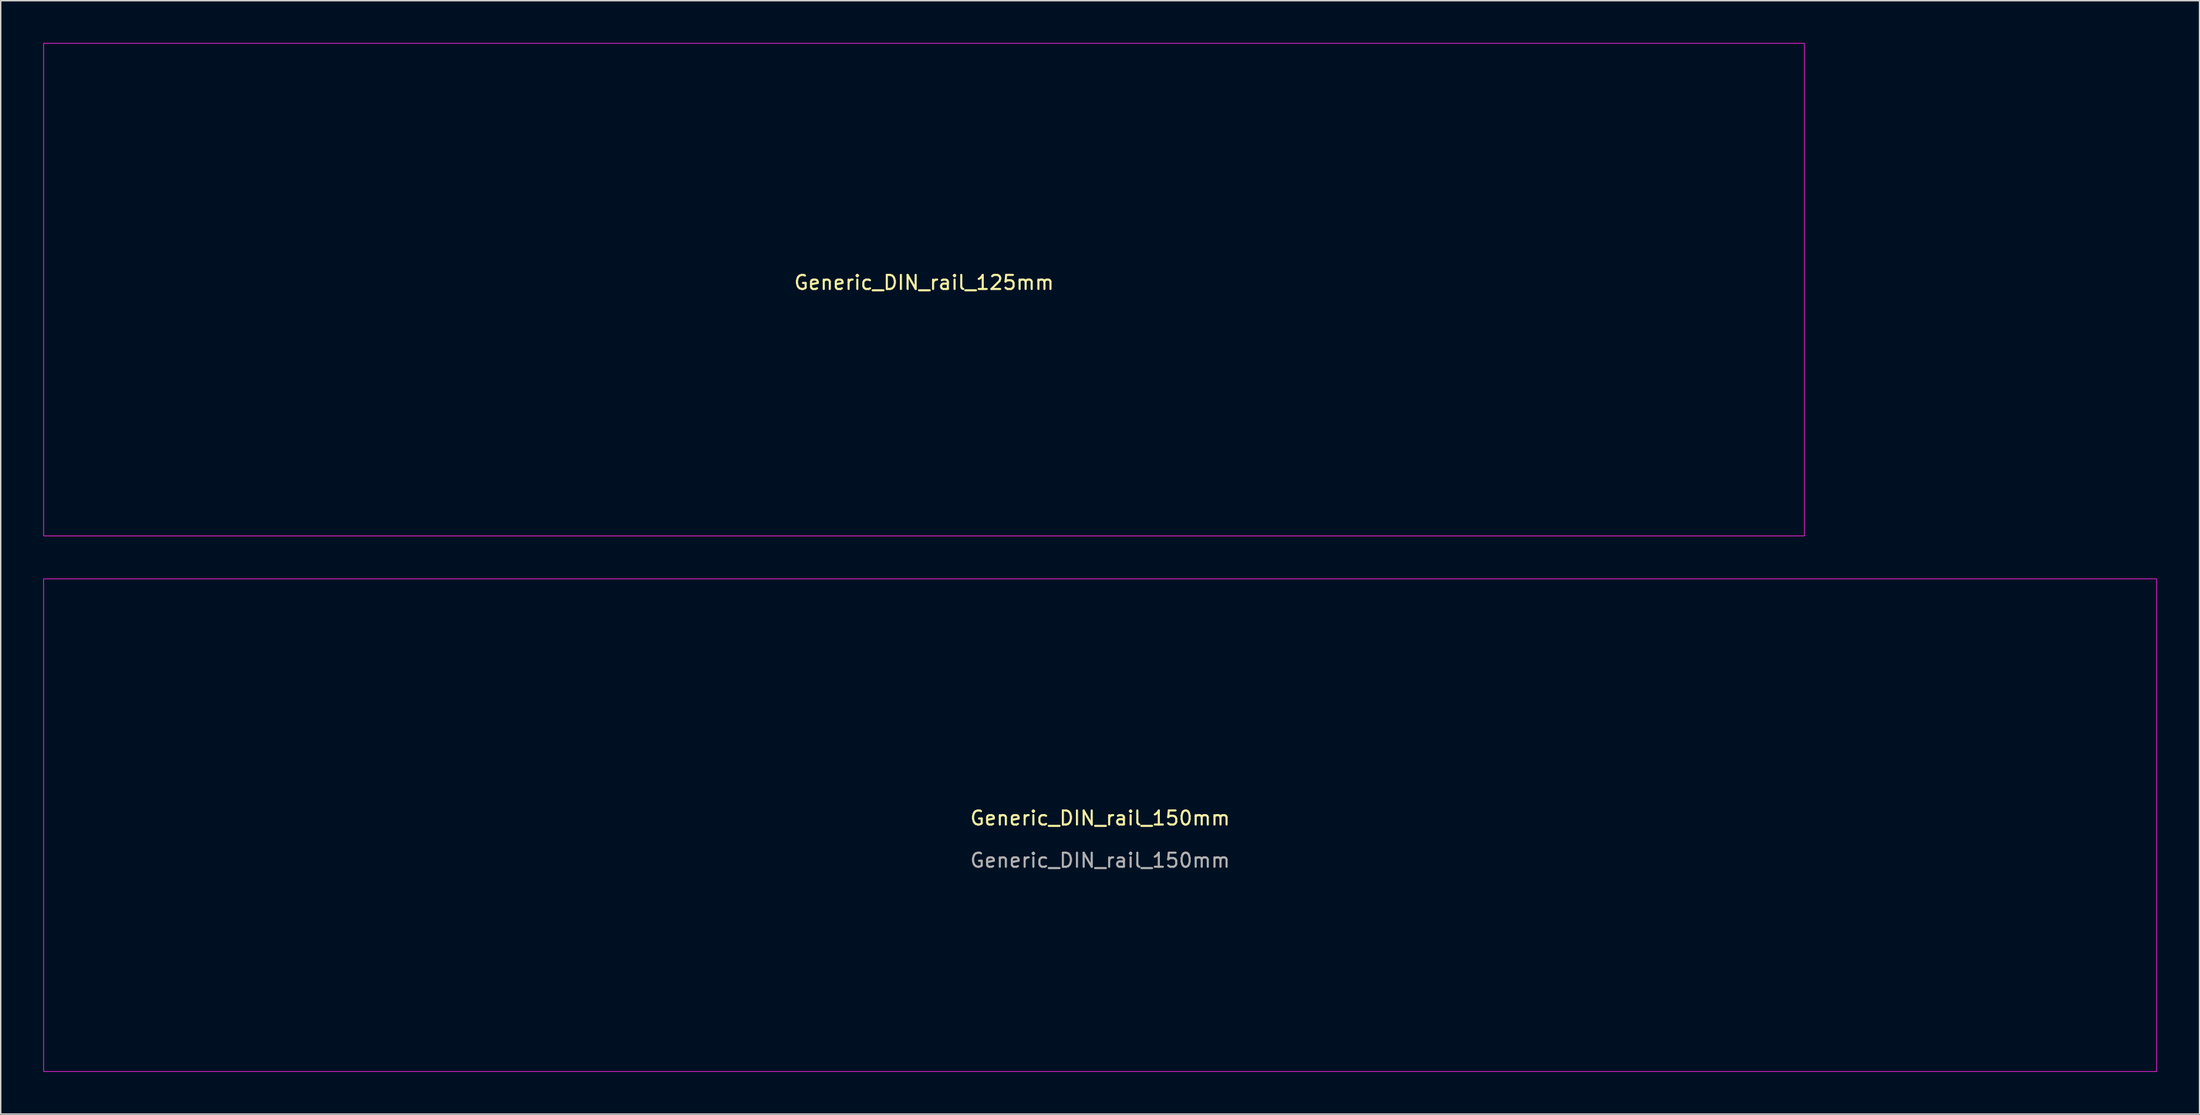
<source format=kicad_pcb>
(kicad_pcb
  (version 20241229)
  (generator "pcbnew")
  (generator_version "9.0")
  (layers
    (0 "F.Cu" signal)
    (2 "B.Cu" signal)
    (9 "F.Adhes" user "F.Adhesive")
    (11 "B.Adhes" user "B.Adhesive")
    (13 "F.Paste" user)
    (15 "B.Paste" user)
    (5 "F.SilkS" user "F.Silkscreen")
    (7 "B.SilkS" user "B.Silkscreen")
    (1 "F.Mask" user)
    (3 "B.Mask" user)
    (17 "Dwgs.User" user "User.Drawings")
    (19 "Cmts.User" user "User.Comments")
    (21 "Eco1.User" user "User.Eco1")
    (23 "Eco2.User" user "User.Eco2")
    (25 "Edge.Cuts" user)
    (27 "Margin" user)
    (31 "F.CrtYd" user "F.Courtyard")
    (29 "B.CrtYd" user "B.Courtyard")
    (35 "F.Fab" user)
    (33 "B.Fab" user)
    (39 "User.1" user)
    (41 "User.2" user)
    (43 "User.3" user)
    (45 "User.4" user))
  (footprint "Generic_DIN_rail_150mm"
    (layer "F.Cu")
    (at 75.05 55.575)
    (property "Reference" "Generic_DIN_rail_150mm" (at 0 -0.5 0) (unlocked yes) (layer "F.SilkS") (effects (font (size 1 1) (thickness 0.15))))
    (fp_rect (start -75 17.5) (end 75 -17.5) (stroke (width 0.05) (type solid)) (fill no) (layer "F.CrtYd"))
    (fp_line (start -75 -17.5) (end -75 -14.5) (stroke (width 0.05) (type solid)) (layer "User.1"))
    (fp_line (start -75 -17.5) (end 75 -17.5) (stroke (width 0.05) (type solid)) (layer "User.1"))
    (fp_line (start -75 -14.5) (end -75 -14) (stroke (width 0.05) (type solid)) (layer "User.1"))
    (fp_line (start -75 -14.5) (end 75 -14.5) (stroke (width 0.05) (type solid)) (layer "User.1"))
    (fp_line (start -75 -14) (end -75 -13.5) (stroke (width 0.05) (type solid)) (layer "User.1"))
    (fp_line (start -75 -13.5) (end -75 -13) (stroke (width 0.05) (type solid)) (layer "User.1"))
    (fp_line (start -75 -13) (end -75 -12.5) (stroke (width 0.05) (type solid)) (layer "User.1"))
    (fp_line (start -75 -12.5) (end 75 -12.5) (stroke (width 0.05) (type solid)) (layer "User.1"))
    (fp_line (start -75 -12) (end -75 -12.5) (stroke (width 0.05) (type solid)) (layer "User.1"))
    (fp_line (start -75 -11.5) (end -75 -12) (stroke (width 0.05) (type solid)) (layer "User.1"))
    (fp_line (start -75 -11.5) (end -75 11.5) (stroke (width 0.05) (type solid)) (layer "User.1"))
    (fp_line (start -75 -11.5) (end 75 -11.5) (stroke (width 0.05) (type solid)) (layer "User.1"))
    (fp_line (start -75 11.5) (end 75 11.5) (stroke (width 0.05) (type solid)) (layer "User.1"))
    (fp_line (start -75 12) (end -75 11.5) (stroke (width 0.05) (type solid)) (layer "User.1"))
    (fp_line (start -75 12.5) (end -75 12) (stroke (width 0.05) (type solid)) (layer "User.1"))
    (fp_line (start -75 12.5) (end -75 13) (stroke (width 0.05) (type solid)) (layer "User.1"))
    (fp_line (start -75 12.5) (end 75 12.5) (stroke (width 0.05) (type solid)) (layer "User.1"))
    (fp_line (start -75 13) (end -75 13.5) (stroke (width 0.05) (type solid)) (layer "User.1"))
    (fp_line (start -75 13.5) (end -75 14) (stroke (width 0.05) (type solid)) (layer "User.1"))
    (fp_line (start -75 14) (end -75 14.5) (stroke (width 0.05) (type solid)) (layer "User.1"))
    (fp_line (start -75 14.5) (end -75 17.5) (stroke (width 0.05) (type solid)) (layer "User.1"))
    (fp_line (start -75 14.5) (end 75 14.5) (stroke (width 0.05) (type solid)) (layer "User.1"))
    (fp_line (start -75 17.5) (end 75 17.5) (stroke (width 0.05) (type solid)) (layer "User.1"))
    (fp_line (start -66.9 3.1) (end -58.1 3.1) (stroke (width 0.05) (type solid)) (layer "User.1"))
    (fp_line (start -58.1 -3.1) (end -66.9 -3.1) (stroke (width 0.05) (type solid)) (layer "User.1"))
    (fp_line (start -41.9 3.1) (end -33.1 3.1) (stroke (width 0.05) (type solid)) (layer "User.1"))
    (fp_line (start -33.1 -3.1) (end -41.9 -3.1) (stroke (width 0.05) (type solid)) (layer "User.1"))
    (fp_line (start -16.9 3.1) (end -8.1 3.1) (stroke (width 0.05) (type solid)) (layer "User.1"))
    (fp_line (start -8.1 -3.1) (end -16.9 -3.1) (stroke (width 0.05) (type solid)) (layer "User.1"))
    (fp_line (start 8.1 3.1) (end 16.9 3.1) (stroke (width 0.05) (type solid)) (layer "User.1"))
    (fp_line (start 16.9 -3.1) (end 8.1 -3.1) (stroke (width 0.05) (type solid)) (layer "User.1"))
    (fp_line (start 33.1 3.1) (end 41.9 3.1) (stroke (width 0.05) (type solid)) (layer "User.1"))
    (fp_line (start 41.9 -3.1) (end 33.1 -3.1) (stroke (width 0.05) (type solid)) (layer "User.1"))
    (fp_line (start 58.1 3.1) (end 66.9 3.1) (stroke (width 0.05) (type solid)) (layer "User.1"))
    (fp_line (start 66.9 -3.1) (end 58.1 -3.1) (stroke (width 0.05) (type solid)) (layer "User.1"))
    (fp_line (start 75 -17.5) (end 75 -14.5) (stroke (width 0.05) (type solid)) (layer "User.1"))
    (fp_line (start 75 -14.5) (end 75 -14) (stroke (width 0.05) (type solid)) (layer "User.1"))
    (fp_line (start 75 -14) (end 75 -13.5) (stroke (width 0.05) (type solid)) (layer "User.1"))
    (fp_line (start 75 -13.5) (end 75 -13) (stroke (width 0.05) (type solid)) (layer "User.1"))
    (fp_line (start 75 -13) (end 75 -12.5) (stroke (width 0.05) (type solid)) (layer "User.1"))
    (fp_line (start 75 -12) (end 75 -12.5) (stroke (width 0.05) (type solid)) (layer "User.1"))
    (fp_line (start 75 -11.5) (end 75 -12) (stroke (width 0.05) (type solid)) (layer "User.1"))
    (fp_line (start 75 -11.5) (end 75 11.5) (stroke (width 0.05) (type solid)) (layer "User.1"))
    (fp_line (start 75 0) (end -75 0) (stroke (width 0.1) (type dash)) (layer "User.1"))
    (fp_line (start 75 12) (end 75 11.5) (stroke (width 0.05) (type solid)) (layer "User.1"))
    (fp_line (start 75 12.5) (end 75 12) (stroke (width 0.05) (type solid)) (layer "User.1"))
    (fp_line (start 75 12.5) (end 75 13) (stroke (width 0.05) (type solid)) (layer "User.1"))
    (fp_line (start 75 13) (end 75 13.5) (stroke (width 0.05) (type solid)) (layer "User.1"))
    (fp_line (start 75 13.5) (end 75 14) (stroke (width 0.05) (type solid)) (layer "User.1"))
    (fp_line (start 75 14) (end 75 14.5) (stroke (width 0.05) (type solid)) (layer "User.1"))
    (fp_line (start 75 14.5) (end 75 17.5) (stroke (width 0.05) (type solid)) (layer "User.1"))
    (fp_arc (start -66.9 3.1) (mid -70 0) (end -66.9 -3.1) (stroke (width 0.05) (type solid)) (layer "User.1"))
    (fp_arc (start -58.1 -3.1) (mid -55 0) (end -58.1 3.1) (stroke (width 0.05) (type solid)) (layer "User.1"))
    (fp_arc (start -41.9 3.1) (mid -45 0) (end -41.9 -3.1) (stroke (width 0.05) (type solid)) (layer "User.1"))
    (fp_arc (start -33.1 -3.1) (mid -30 0) (end -33.1 3.1) (stroke (width 0.05) (type solid)) (layer "User.1"))
    (fp_arc (start -16.9 3.1) (mid -20 0) (end -16.9 -3.1) (stroke (width 0.05) (type solid)) (layer "User.1"))
    (fp_arc (start -8.1 -3.1) (mid -5 0) (end -8.1 3.1) (stroke (width 0.05) (type solid)) (layer "User.1"))
    (fp_arc (start 8.1 3.1) (mid 5 0) (end 8.1 -3.1) (stroke (width 0.05) (type solid)) (layer "User.1"))
    (fp_arc (start 16.9 -3.1) (mid 20 0) (end 16.9 3.1) (stroke (width 0.05) (type solid)) (layer "User.1"))
    (fp_arc (start 33.1 3.1) (mid 30 0) (end 33.1 -3.1) (stroke (width 0.05) (type solid)) (layer "User.1"))
    (fp_arc (start 41.9 -3.1) (mid 45 0) (end 41.9 3.1) (stroke (width 0.05) (type solid)) (layer "User.1"))
    (fp_arc (start 58.1 3.1) (mid 55 0) (end 58.1 -3.1) (stroke (width 0.05) (type solid)) (layer "User.1"))
    (fp_arc (start 66.9 -3.1) (mid 70 0) (end 66.9 3.1) (stroke (width 0.05) (type solid)) (layer "User.1"))
    (fp_text user "${REFERENCE}" (at 0 2.5 0) (unlocked yes) (layer "F.Fab") (effects (font (size 1 1) (thickness 0.15)))))
  (footprint "Generic_DIN_rail_125mm"
    (layer "F.Cu")
    (at 62.55 17.525)
    (property "Reference" "Generic_DIN_rail_125mm" (at 0 -0.5 0) (unlocked yes) (layer "F.SilkS") (effects (font (size 1 1) (thickness 0.15))))
    (fp_rect (start -62.5 17.5) (end 62.5 -17.5) (stroke (width 0.05) (type solid)) (fill no) (layer "F.CrtYd"))
    (fp_line (start -62.5 -17.5) (end -62.5 -14.5) (stroke (width 0.05) (type solid)) (layer "User.1"))
    (fp_line (start -62.5 -17.5) (end 62.5 -17.5) (stroke (width 0.05) (type solid)) (layer "User.1"))
    (fp_line (start -62.5 -14.5) (end -62.5 -14) (stroke (width 0.05) (type solid)) (layer "User.1"))
    (fp_line (start -62.5 -14.5) (end 62.5 -14.5) (stroke (width 0.05) (type solid)) (layer "User.1"))
    (fp_line (start -62.5 -14) (end -62.5 -13.5) (stroke (width 0.05) (type solid)) (layer "User.1"))
    (fp_line (start -62.5 -13.5) (end -62.5 -13) (stroke (width 0.05) (type solid)) (layer "User.1"))
    (fp_line (start -62.5 -13) (end -62.5 -12.5) (stroke (width 0.05) (type solid)) (layer "User.1"))
    (fp_line (start -62.5 -12.5) (end 62.5 -12.5) (stroke (width 0.05) (type solid)) (layer "User.1"))
    (fp_line (start -62.5 -12) (end -62.5 -12.5) (stroke (width 0.05) (type solid)) (layer "User.1"))
    (fp_line (start -62.5 -11.5) (end -62.5 -12) (stroke (width 0.05) (type solid)) (layer "User.1"))
    (fp_line (start -62.5 -11.5) (end -62.5 11.5) (stroke (width 0.05) (type solid)) (layer "User.1"))
    (fp_line (start -62.5 -11.5) (end 62.5 -11.5) (stroke (width 0.05) (type solid)) (layer "User.1"))
    (fp_line (start -62.5 11.5) (end 62.5 11.5) (stroke (width 0.05) (type solid)) (layer "User.1"))
    (fp_line (start -62.5 12) (end -62.5 11.5) (stroke (width 0.05) (type solid)) (layer "User.1"))
    (fp_line (start -62.5 12.5) (end -62.5 12) (stroke (width 0.05) (type solid)) (layer "User.1"))
    (fp_line (start -62.5 12.5) (end -62.5 13) (stroke (width 0.05) (type solid)) (layer "User.1"))
    (fp_line (start -62.5 12.5) (end 62.5 12.5) (stroke (width 0.05) (type solid)) (layer "User.1"))
    (fp_line (start -62.5 13) (end -62.5 13.5) (stroke (width 0.05) (type solid)) (layer "User.1"))
    (fp_line (start -62.5 13.5) (end -62.5 14) (stroke (width 0.05) (type solid)) (layer "User.1"))
    (fp_line (start -62.5 14) (end -62.5 14.5) (stroke (width 0.05) (type solid)) (layer "User.1"))
    (fp_line (start -62.5 14.5) (end -62.5 17.5) (stroke (width 0.05) (type solid)) (layer "User.1"))
    (fp_line (start -62.5 14.5) (end 62.5 14.5) (stroke (width 0.05) (type solid)) (layer "User.1"))
    (fp_line (start -62.5 17.5) (end 62.5 17.5) (stroke (width 0.05) (type solid)) (layer "User.1"))
    (fp_line (start -54.4 3.1) (end -45.6 3.1) (stroke (width 0.05) (type solid)) (layer "User.1"))
    (fp_line (start -45.6 -3.1) (end -54.4 -3.1) (stroke (width 0.05) (type solid)) (layer "User.1"))
    (fp_line (start -29.4 3.1) (end -20.6 3.1) (stroke (width 0.05) (type solid)) (layer "User.1"))
    (fp_line (start -20.6 -3.1) (end -29.4 -3.1) (stroke (width 0.05) (type solid)) (layer "User.1"))
    (fp_line (start -4.4 3.1) (end 4.4 3.1) (stroke (width 0.05) (type solid)) (layer "User.1"))
    (fp_line (start 4.4 -3.1) (end -4.4 -3.1) (stroke (width 0.05) (type solid)) (layer "User.1"))
    (fp_line (start 20.6 3.1) (end 29.4 3.1) (stroke (width 0.05) (type solid)) (layer "User.1"))
    (fp_line (start 29.4 -3.1) (end 20.6 -3.1) (stroke (width 0.05) (type solid)) (layer "User.1"))
    (fp_line (start 45.6 3.1) (end 54.4 3.1) (stroke (width 0.05) (type solid)) (layer "User.1"))
    (fp_line (start 54.4 -3.1) (end 45.6 -3.1) (stroke (width 0.05) (type solid)) (layer "User.1"))
    (fp_line (start 62.5 -17.5) (end 62.5 -14.5) (stroke (width 0.05) (type solid)) (layer "User.1"))
    (fp_line (start 62.5 -14.5) (end 62.5 -14) (stroke (width 0.05) (type solid)) (layer "User.1"))
    (fp_line (start 62.5 -14) (end 62.5 -13.5) (stroke (width 0.05) (type solid)) (layer "User.1"))
    (fp_line (start 62.5 -13.5) (end 62.5 -13) (stroke (width 0.05) (type solid)) (layer "User.1"))
    (fp_line (start 62.5 -13) (end 62.5 -12.5) (stroke (width 0.05) (type solid)) (layer "User.1"))
    (fp_line (start 62.5 -12) (end 62.5 -12.5) (stroke (width 0.05) (type solid)) (layer "User.1"))
    (fp_line (start 62.5 -11.5) (end 62.5 -12) (stroke (width 0.05) (type solid)) (layer "User.1"))
    (fp_line (start 62.5 -11.5) (end 62.5 11.5) (stroke (width 0.05) (type solid)) (layer "User.1"))
    (fp_line (start 62.5 0) (end -62.5 0) (stroke (width 0.1) (type dash)) (layer "User.1"))
    (fp_line (start 62.5 12) (end 62.5 11.5) (stroke (width 0.05) (type solid)) (layer "User.1"))
    (fp_line (start 62.5 12.5) (end 62.5 12) (stroke (width 0.05) (type solid)) (layer "User.1"))
    (fp_line (start 62.5 12.5) (end 62.5 13) (stroke (width 0.05) (type solid)) (layer "User.1"))
    (fp_line (start 62.5 13) (end 62.5 13.5) (stroke (width 0.05) (type solid)) (layer "User.1"))
    (fp_line (start 62.5 13.5) (end 62.5 14) (stroke (width 0.05) (type solid)) (layer "User.1"))
    (fp_line (start 62.5 14) (end 62.5 14.5) (stroke (width 0.05) (type solid)) (layer "User.1"))
    (fp_line (start 62.5 14.5) (end 62.5 17.5) (stroke (width 0.05) (type solid)) (layer "User.1"))
    (fp_arc (start -54.4 3.1) (mid -57.5 0) (end -54.4 -3.1) (stroke (width 0.05) (type solid)) (layer "User.1"))
    (fp_arc (start -45.6 -3.1) (mid -42.5 0) (end -45.6 3.1) (stroke (width 0.05) (type solid)) (layer "User.1"))
    (fp_arc (start -29.4 3.1) (mid -32.5 0) (end -29.4 -3.1) (stroke (width 0.05) (type solid)) (layer "User.1"))
    (fp_arc (start -20.6 -3.1) (mid -17.5 0) (end -20.6 3.1) (stroke (width 0.05) (type solid)) (layer "User.1"))
    (fp_arc (start -4.4 3.1) (mid -7.5 0) (end -4.4 -3.1) (stroke (width 0.05) (type solid)) (layer "User.1"))
    (fp_arc (start 4.4 -3.1) (mid 7.5 0) (end 4.4 3.1) (stroke (width 0.05) (type solid)) (layer "User.1"))
    (fp_arc (start 20.6 3.1) (mid 17.5 0) (end 20.6 -3.1) (stroke (width 0.05) (type solid)) (layer "User.1"))
    (fp_arc (start 29.4 -3.1) (mid 32.5 0) (end 29.4 3.1) (stroke (width 0.05) (type solid)) (layer "User.1"))
    (fp_arc (start 45.6 3.1) (mid 42.5 0) (end 45.6 -3.1) (stroke (width 0.05) (type solid)) (layer "User.1"))
    (fp_arc (start 54.4 -3.1) (mid 57.5 0) (end 54.4 3.1) (stroke (width 0.05) (type solid)) (layer "User.1")))
  (gr_rect
    (start -3 -3)
    (end 153.1 76.1)
    (stroke (width 0.1) (type default))
    (fill no)
    (layer "Edge.Cuts")))
</source>
